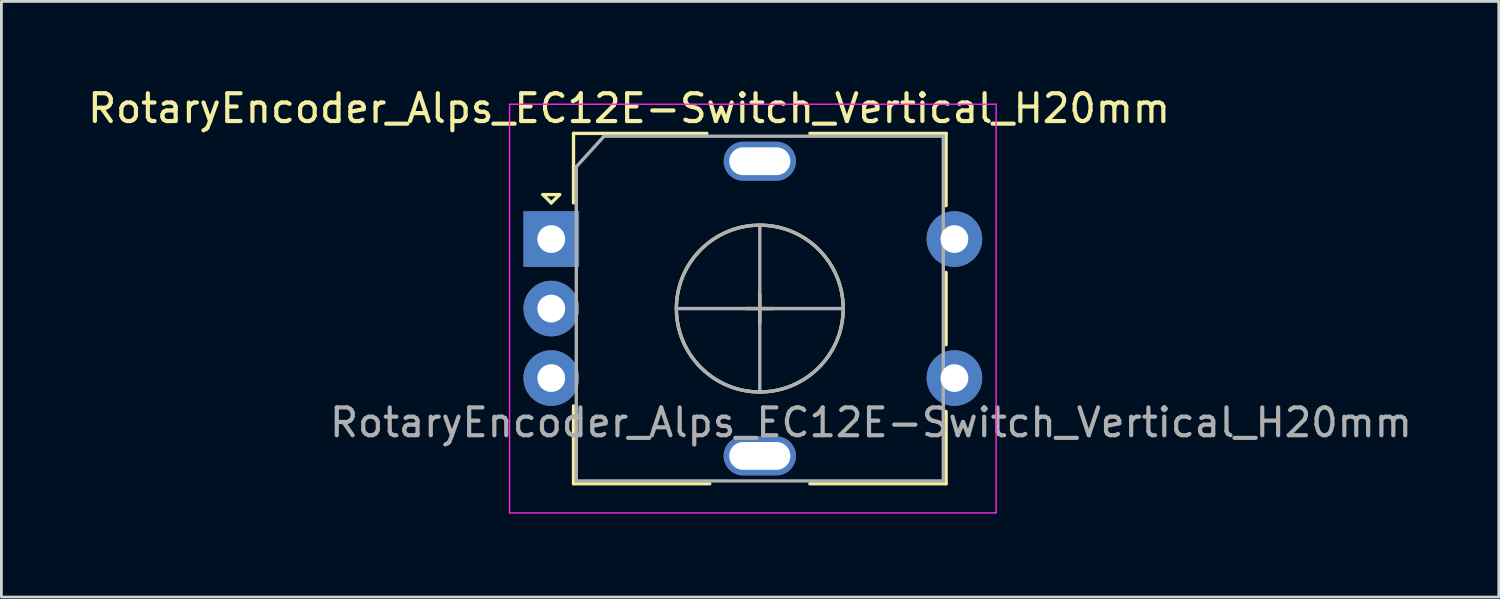
<source format=kicad_pcb>
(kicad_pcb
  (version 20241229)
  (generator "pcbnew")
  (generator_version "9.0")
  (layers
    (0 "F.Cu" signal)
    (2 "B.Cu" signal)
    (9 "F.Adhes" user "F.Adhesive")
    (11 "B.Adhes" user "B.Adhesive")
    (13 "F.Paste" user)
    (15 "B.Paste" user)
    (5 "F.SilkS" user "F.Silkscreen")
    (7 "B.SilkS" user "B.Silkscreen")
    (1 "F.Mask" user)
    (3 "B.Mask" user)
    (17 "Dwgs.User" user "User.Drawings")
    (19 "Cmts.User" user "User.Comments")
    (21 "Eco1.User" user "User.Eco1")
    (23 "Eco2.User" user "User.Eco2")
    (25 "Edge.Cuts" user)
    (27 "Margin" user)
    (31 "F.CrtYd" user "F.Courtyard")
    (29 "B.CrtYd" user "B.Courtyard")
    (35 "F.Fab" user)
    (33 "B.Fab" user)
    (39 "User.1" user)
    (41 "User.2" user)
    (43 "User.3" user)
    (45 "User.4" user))
  (footprint "RotaryEncoder_Alps_EC12E-Switch_Vertical_H20mm"
    (layer "F.Cu")
    (at 24.277 8.048)
    (property "Reference" "RotaryEncoder_Alps_EC12E-Switch_Vertical_H20mm" (at -4.7 -7.2 0) (layer "F.SilkS") (effects (font (size 1 1) (thickness 0.15))))
    (attr through_hole)
    (fp_line (start -7.8 -4.1) (end -7.2 -4.1) (stroke (width 0.12) (type solid)) (layer "F.SilkS"))
    (fp_line (start -7.5 -3.8) (end -7.8 -4.1) (stroke (width 0.12) (type solid)) (layer "F.SilkS"))
    (fp_line (start -7.2 -4.1) (end -7.5 -3.8) (stroke (width 0.12) (type solid)) (layer "F.SilkS"))
    (fp_line (start -6.7 -6.3) (end -6.7 -3.8) (stroke (width 0.12) (type solid)) (layer "F.SilkS"))
    (fp_line (start -6.7 6.3) (end -6.7 3.5) (stroke (width 0.12) (type solid)) (layer "F.SilkS"))
    (fp_line (start -1.9 -6.3) (end -6.7 -6.3) (stroke (width 0.12) (type solid)) (layer "F.SilkS"))
    (fp_line (start -1.8 6.3) (end -6.7 6.3) (stroke (width 0.12) (type solid)) (layer "F.SilkS"))
    (fp_line (start -0.5 0) (end 0.5 0) (stroke (width 0.12) (type solid)) (layer "F.SilkS"))
    (fp_line (start 0 -0.5) (end 0 0.5) (stroke (width 0.12) (type solid)) (layer "F.SilkS"))
    (fp_line (start 1.8 -6.3) (end 6.7 -6.3) (stroke (width 0.12) (type solid)) (layer "F.SilkS"))
    (fp_line (start 6.7 -6.3) (end 6.7 -3.7) (stroke (width 0.12) (type solid)) (layer "F.SilkS"))
    (fp_line (start 6.7 -1.3) (end 6.7 1.3) (stroke (width 0.12) (type solid)) (layer "F.SilkS"))
    (fp_line (start 6.7 3.7) (end 6.7 6.3) (stroke (width 0.12) (type solid)) (layer "F.SilkS"))
    (fp_line (start 6.7 6.3) (end 1.8 6.3) (stroke (width 0.12) (type solid)) (layer "F.SilkS"))
    (fp_circle (center 0 0) (end 3 0) (stroke (width 0.12) (type solid)) (fill no) (layer "F.SilkS"))
    (fp_line (start -9 -7.35) (end -9 7.35) (stroke (width 0.05) (type solid)) (layer "F.CrtYd"))
    (fp_line (start -9 -7.35) (end 8.5 -7.35) (stroke (width 0.05) (type solid)) (layer "F.CrtYd"))
    (fp_line (start 8.5 7.35) (end -9 7.35) (stroke (width 0.05) (type solid)) (layer "F.CrtYd"))
    (fp_line (start 8.5 7.35) (end 8.5 -7.35) (stroke (width 0.05) (type solid)) (layer "F.CrtYd"))
    (fp_line (start -6.6 -5.1) (end -5.6 -6.2) (stroke (width 0.12) (type solid)) (layer "F.Fab"))
    (fp_line (start -6.6 6.2) (end -6.6 -5.1) (stroke (width 0.12) (type solid)) (layer "F.Fab"))
    (fp_line (start -5.6 -6.2) (end 6.6 -6.2) (stroke (width 0.12) (type solid)) (layer "F.Fab"))
    (fp_line (start -3 0) (end 3 0) (stroke (width 0.12) (type solid)) (layer "F.Fab"))
    (fp_line (start 0 -3) (end 0 3) (stroke (width 0.12) (type solid)) (layer "F.Fab"))
    (fp_line (start 6.6 -6.2) (end 6.6 6.2) (stroke (width 0.12) (type solid)) (layer "F.Fab"))
    (fp_line (start 6.6 6.2) (end -6.6 6.2) (stroke (width 0.12) (type solid)) (layer "F.Fab"))
    (fp_circle (center 0 0) (end 3 0) (stroke (width 0.12) (type solid)) (fill no) (layer "F.Fab"))
    (fp_text user "${REFERENCE}" (at 4 4.1 0) (layer "F.Fab") (effects (font (size 1 1) (thickness 0.15))))
    (pad "A" thru_hole rect (at -7.5 -2.5) (size 2 2) (drill 1) (layers "*.Cu" "*.Mask"))
    (pad "B" thru_hole circle (at -7.5 2.5) (size 2 2) (drill 1) (layers "*.Cu" "*.Mask"))
    (pad "C" thru_hole circle (at -7.5 0) (size 2 2) (drill 1) (layers "*.Cu" "*.Mask"))
    (pad "MP1" thru_hole oval (at 0 -5.3) (size 2.6 1.4) (drill oval 2.2 1) (layers "*.Cu" "*.Mask"))
    (pad "MP2" thru_hole oval (at 0 5.3) (size 2.6 1.4) (drill oval 2.2 1) (layers "*.Cu" "*.Mask"))
    (pad "S1" thru_hole circle (at 7 -2.5) (size 2 2) (drill 1) (layers "*.Cu" "*.Mask"))
    (pad "S2" thru_hole circle (at 7 2.5) (size 2 2) (drill 1) (layers "*.Cu" "*.Mask")))
  (gr_rect
    (start -3 -3)
    (end 50.855 18.423)
    (stroke (width 0.1) (type default))
    (fill no)
    (layer "Edge.Cuts")))
</source>
